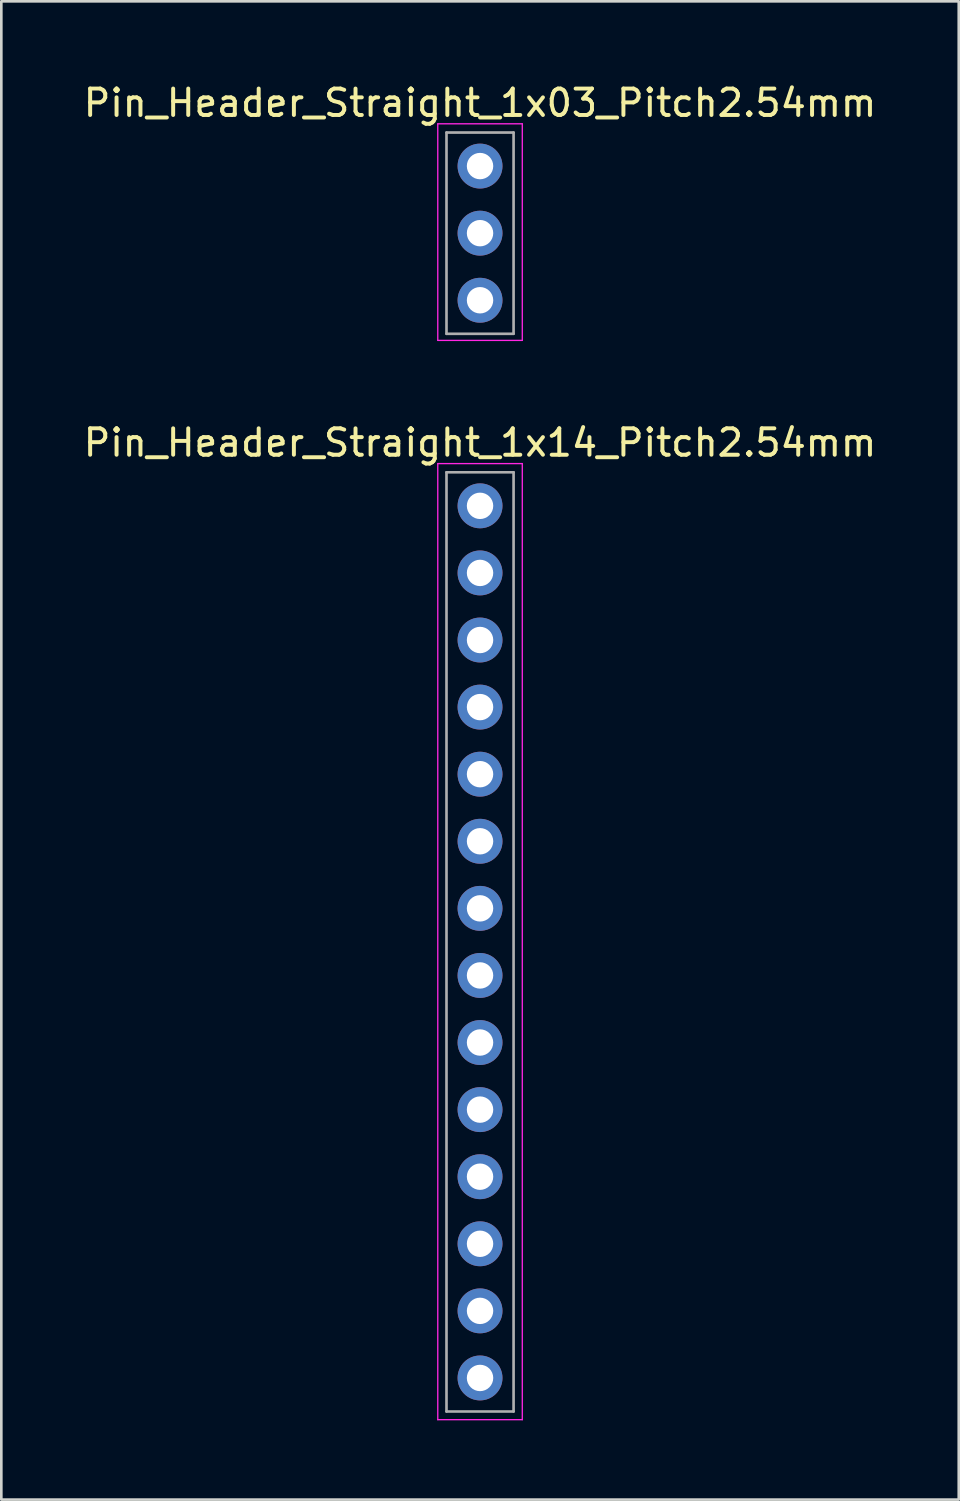
<source format=kicad_pcb>
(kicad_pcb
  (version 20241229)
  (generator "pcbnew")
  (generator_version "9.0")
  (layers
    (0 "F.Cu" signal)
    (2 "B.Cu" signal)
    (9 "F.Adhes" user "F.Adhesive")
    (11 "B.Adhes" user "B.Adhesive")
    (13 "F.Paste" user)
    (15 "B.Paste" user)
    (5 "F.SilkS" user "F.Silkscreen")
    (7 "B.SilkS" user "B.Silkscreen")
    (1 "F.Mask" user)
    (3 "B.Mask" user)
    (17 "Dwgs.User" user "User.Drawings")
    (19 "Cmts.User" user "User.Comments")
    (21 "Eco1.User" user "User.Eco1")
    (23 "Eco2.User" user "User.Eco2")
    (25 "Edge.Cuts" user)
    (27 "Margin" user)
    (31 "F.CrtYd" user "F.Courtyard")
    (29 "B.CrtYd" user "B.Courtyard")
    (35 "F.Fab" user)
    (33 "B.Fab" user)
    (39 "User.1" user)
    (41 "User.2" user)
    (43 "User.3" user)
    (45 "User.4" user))
  (footprint "Pin_Header_Straight_1x03_Pitch2.54mm"
    (layer "F.Cu")
    (at 15.125 3.238)
    (property "Reference" "Pin_Header_Straight_1x03_Pitch2.54mm" (at 0 -2.39 0) (layer "F.SilkS") (effects (font (size 1 1) (thickness 0.15))))
    (attr through_hole)
    (fp_line (start -1.6 -1.6) (end -1.6 6.6) (stroke (width 0.05) (type solid)) (layer "F.CrtYd"))
    (fp_line (start -1.6 6.6) (end 1.6 6.6) (stroke (width 0.05) (type solid)) (layer "F.CrtYd"))
    (fp_line (start 1.6 -1.6) (end -1.6 -1.6) (stroke (width 0.05) (type solid)) (layer "F.CrtYd"))
    (fp_line (start 1.6 6.6) (end 1.6 -1.6) (stroke (width 0.05) (type solid)) (layer "F.CrtYd"))
    (fp_line (start -1.27 -1.27) (end -1.27 6.35) (stroke (width 0.1) (type solid)) (layer "F.Fab"))
    (fp_line (start -1.27 6.35) (end 1.27 6.35) (stroke (width 0.1) (type solid)) (layer "F.Fab"))
    (fp_line (start 1.27 -1.27) (end -1.27 -1.27) (stroke (width 0.1) (type solid)) (layer "F.Fab"))
    (fp_line (start 1.27 6.35) (end 1.27 -1.27) (stroke (width 0.1) (type solid)) (layer "F.Fab"))
    (pad "1" thru_hole oval (at 0 0) (size 1.7 1.7) (drill 1) (layers "*.Cu" "*.Mask"))
    (pad "2" thru_hole oval (at 0 2.54) (size 1.7 1.7) (drill 1) (layers "*.Cu" "*.Mask"))
    (pad "3" thru_hole oval (at 0 5.08) (size 1.7 1.7) (drill 1) (layers "*.Cu" "*.Mask")))
  (footprint "Pin_Header_Straight_1x14_Pitch2.54mm"
    (layer "F.Cu")
    (at 15.125 16.102)
    (property "Reference" "Pin_Header_Straight_1x14_Pitch2.54mm" (at 0 -2.39 0) (layer "F.SilkS") (effects (font (size 1 1) (thickness 0.15))))
    (attr through_hole)
    (fp_line (start -1.6 -1.6) (end -1.6 34.6) (stroke (width 0.05) (type solid)) (layer "F.CrtYd"))
    (fp_line (start -1.6 34.6) (end 1.6 34.6) (stroke (width 0.05) (type solid)) (layer "F.CrtYd"))
    (fp_line (start 1.6 -1.6) (end -1.6 -1.6) (stroke (width 0.05) (type solid)) (layer "F.CrtYd"))
    (fp_line (start 1.6 34.6) (end 1.6 -1.6) (stroke (width 0.05) (type solid)) (layer "F.CrtYd"))
    (fp_line (start -1.27 -1.27) (end -1.27 34.29) (stroke (width 0.1) (type solid)) (layer "F.Fab"))
    (fp_line (start -1.27 34.29) (end 1.27 34.29) (stroke (width 0.1) (type solid)) (layer "F.Fab"))
    (fp_line (start 1.27 -1.27) (end -1.27 -1.27) (stroke (width 0.1) (type solid)) (layer "F.Fab"))
    (fp_line (start 1.27 34.29) (end 1.27 -1.27) (stroke (width 0.1) (type solid)) (layer "F.Fab"))
    (pad "1" thru_hole oval (at 0 0) (size 1.7 1.7) (drill 1) (layers "*.Cu" "*.Mask"))
    (pad "2" thru_hole oval (at 0 2.54) (size 1.7 1.7) (drill 1) (layers "*.Cu" "*.Mask"))
    (pad "3" thru_hole oval (at 0 5.08) (size 1.7 1.7) (drill 1) (layers "*.Cu" "*.Mask"))
    (pad "4" thru_hole oval (at 0 7.62) (size 1.7 1.7) (drill 1) (layers "*.Cu" "*.Mask"))
    (pad "5" thru_hole oval (at 0 10.16) (size 1.7 1.7) (drill 1) (layers "*.Cu" "*.Mask"))
    (pad "6" thru_hole oval (at 0 12.7) (size 1.7 1.7) (drill 1) (layers "*.Cu" "*.Mask"))
    (pad "7" thru_hole oval (at 0 15.24) (size 1.7 1.7) (drill 1) (layers "*.Cu" "*.Mask"))
    (pad "8" thru_hole oval (at 0 17.78) (size 1.7 1.7) (drill 1) (layers "*.Cu" "*.Mask"))
    (pad "9" thru_hole oval (at 0 20.32) (size 1.7 1.7) (drill 1) (layers "*.Cu" "*.Mask"))
    (pad "10" thru_hole oval (at 0 22.86) (size 1.7 1.7) (drill 1) (layers "*.Cu" "*.Mask"))
    (pad "11" thru_hole oval (at 0 25.4) (size 1.7 1.7) (drill 1) (layers "*.Cu" "*.Mask"))
    (pad "12" thru_hole oval (at 0 27.94) (size 1.7 1.7) (drill 1) (layers "*.Cu" "*.Mask"))
    (pad "13" thru_hole oval (at 0 30.48) (size 1.7 1.7) (drill 1) (layers "*.Cu" "*.Mask"))
    (pad "14" thru_hole oval (at 0 33.02) (size 1.7 1.7) (drill 1) (layers "*.Cu" "*.Mask")))
  (gr_rect
    (start -3 -3)
    (end 33.25 53.727)
    (stroke (width 0.1) (type default))
    (fill no)
    (layer "Edge.Cuts")))
</source>
